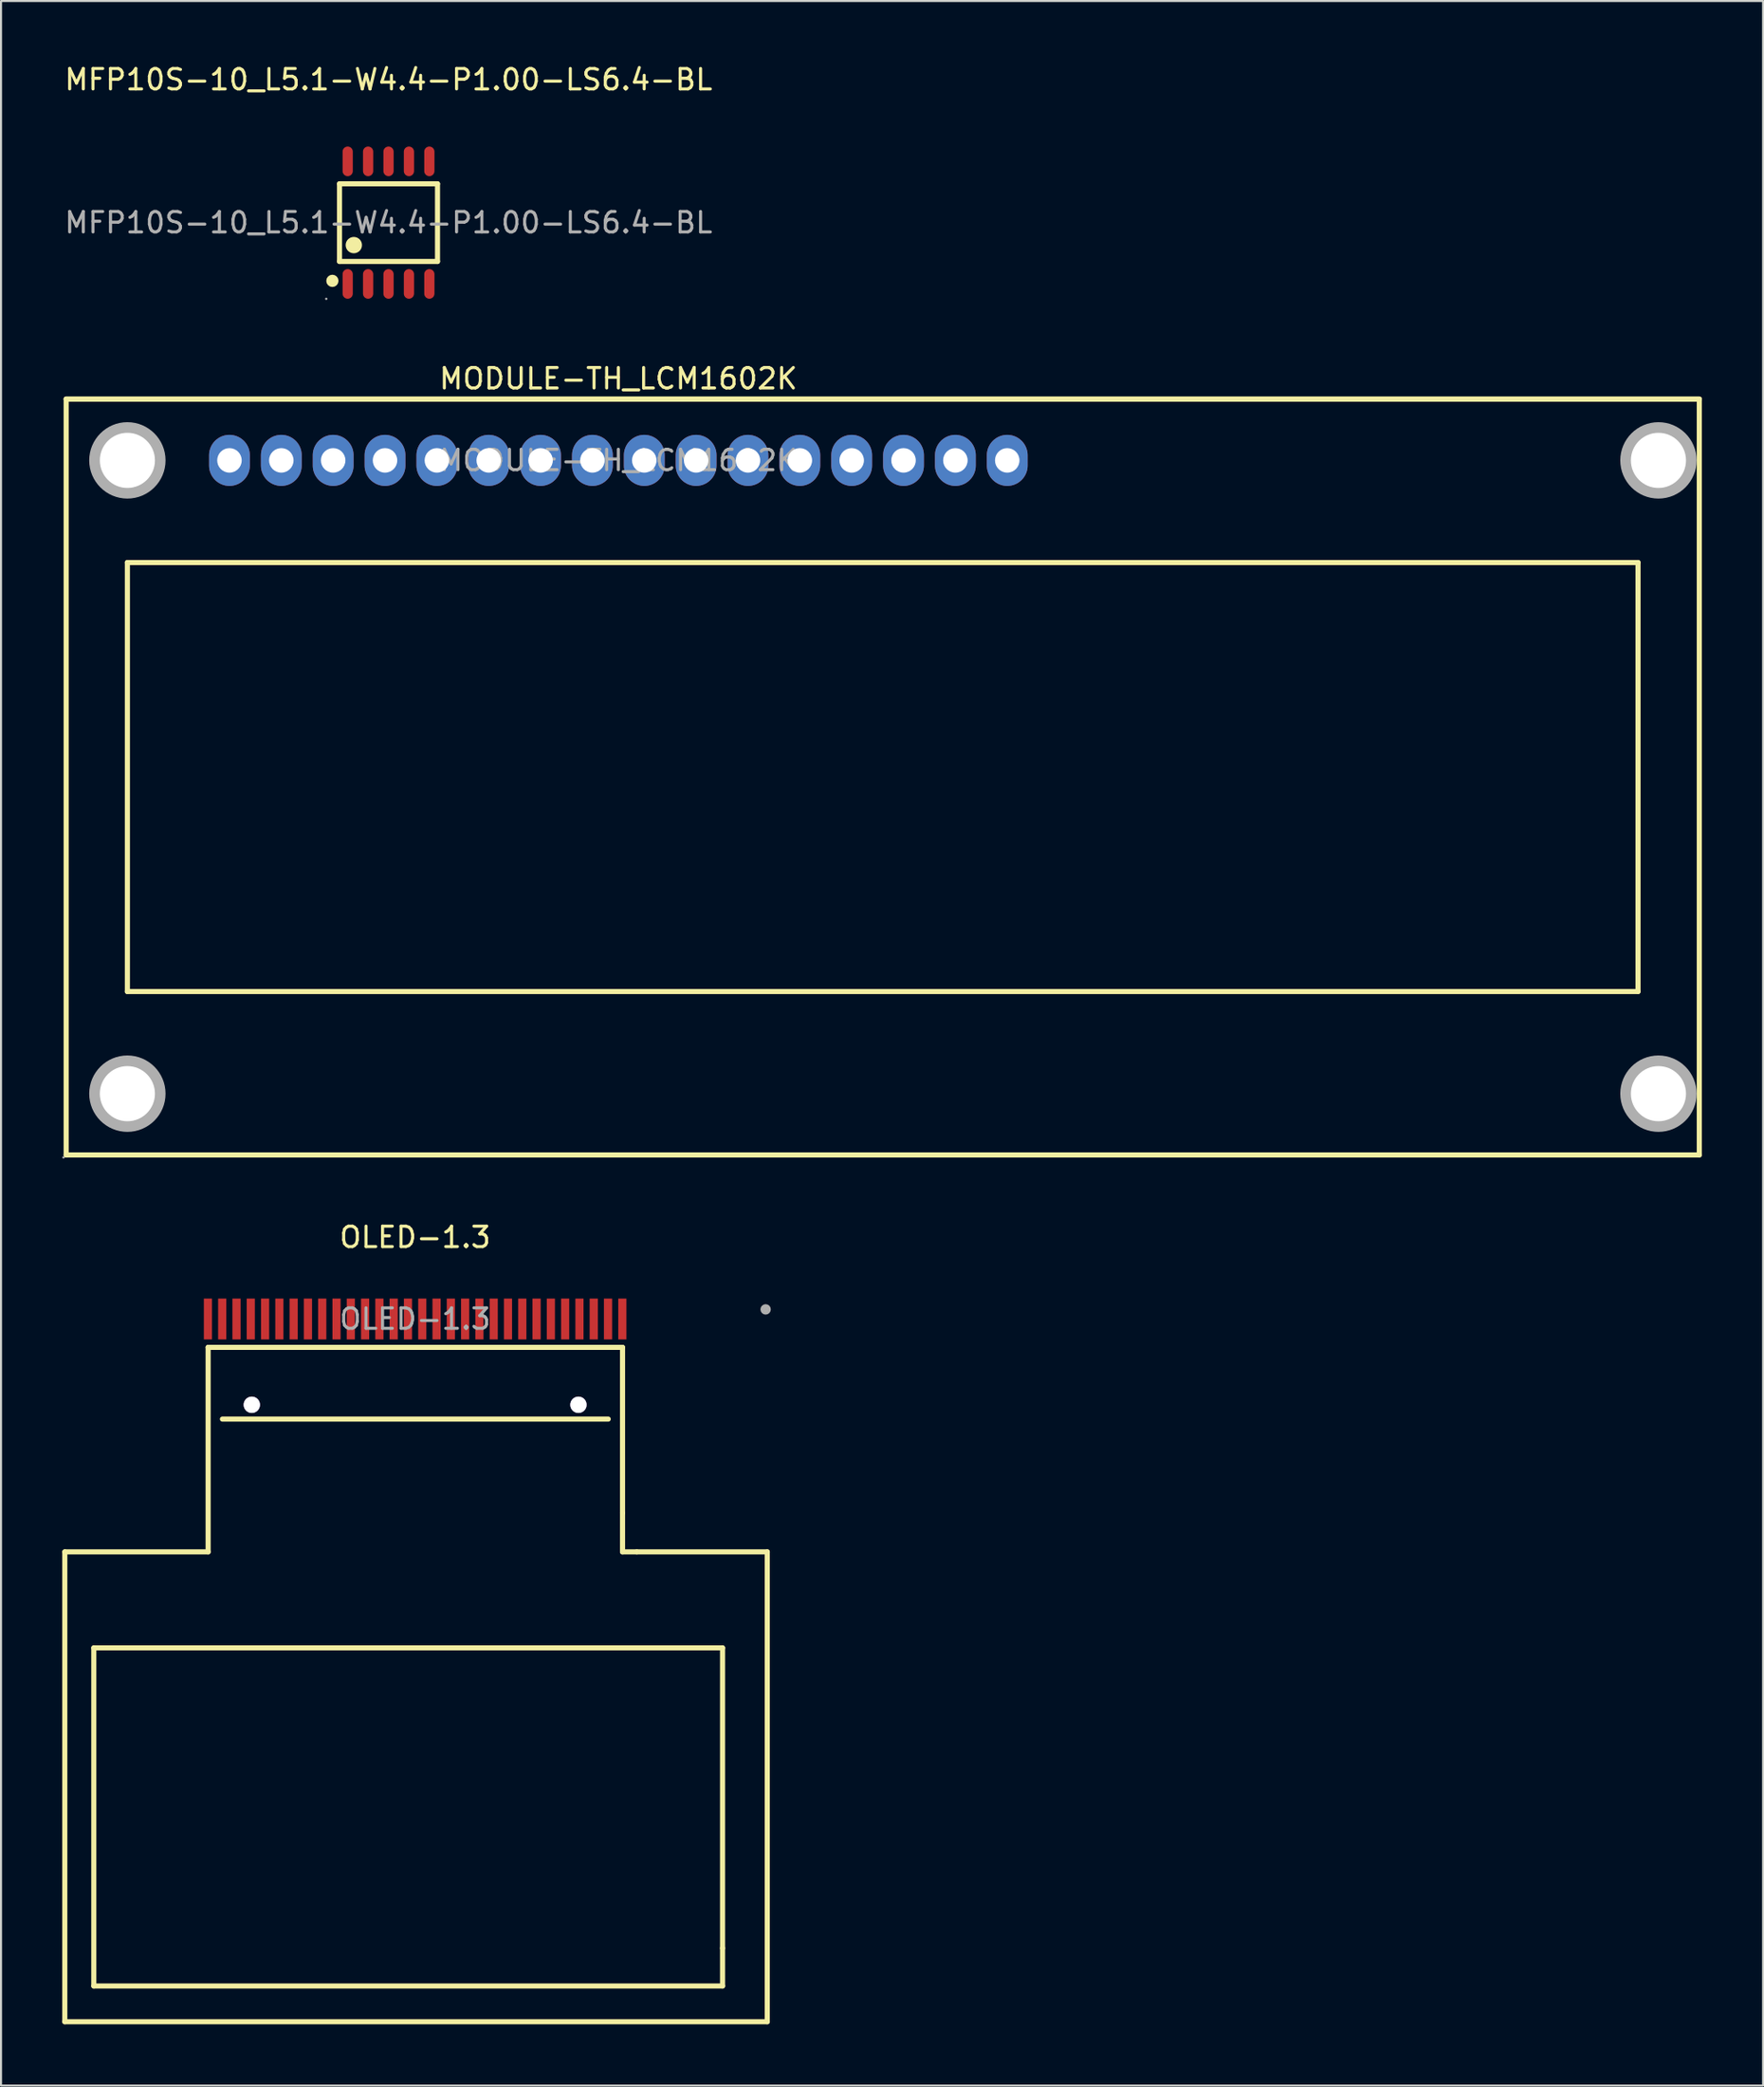
<source format=kicad_pcb>
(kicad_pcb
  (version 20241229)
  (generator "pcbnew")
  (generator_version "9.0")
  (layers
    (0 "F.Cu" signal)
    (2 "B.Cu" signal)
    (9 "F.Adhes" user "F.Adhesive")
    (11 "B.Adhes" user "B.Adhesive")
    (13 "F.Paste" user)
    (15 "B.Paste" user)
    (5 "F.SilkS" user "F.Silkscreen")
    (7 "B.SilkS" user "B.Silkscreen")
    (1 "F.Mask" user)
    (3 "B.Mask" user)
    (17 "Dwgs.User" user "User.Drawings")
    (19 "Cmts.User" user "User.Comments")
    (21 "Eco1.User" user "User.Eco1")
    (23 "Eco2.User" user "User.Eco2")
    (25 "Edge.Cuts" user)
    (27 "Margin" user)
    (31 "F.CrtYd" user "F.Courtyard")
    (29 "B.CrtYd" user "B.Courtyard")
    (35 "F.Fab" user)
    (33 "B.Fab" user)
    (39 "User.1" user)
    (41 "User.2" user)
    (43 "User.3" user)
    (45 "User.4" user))
  (footprint "OLED-1.3"
    (layer "F.Cu")
    (at 17.285 61.515)
    (property "Reference" "OLED-1.3" (at 0 -4 0) (layer "F.SilkS") (effects (font (size 1 1) (thickness 0.15))))
    (attr through_hole)
    (fp_line (start -17.16 11.4) (end -10.14 11.4) (stroke (width 0.25) (type solid)) (layer "F.SilkS"))
    (fp_line (start -17.16 34.4) (end -17.16 11.4) (stroke (width 0.25) (type solid)) (layer "F.SilkS"))
    (fp_line (start -15.74 16.1) (end 15.06 16.1) (stroke (width 0.25) (type solid)) (layer "F.SilkS"))
    (fp_line (start -15.74 32.65) (end -15.74 16.1) (stroke (width 0.25) (type solid)) (layer "F.SilkS"))
    (fp_line (start -10.14 1.39) (end 10.16 1.39) (stroke (width 0.25) (type solid)) (layer "F.SilkS"))
    (fp_line (start -10.14 11.4) (end -10.14 1.39) (stroke (width 0.25) (type solid)) (layer "F.SilkS"))
    (fp_line (start 9.46 4.9) (end -9.44 4.9) (stroke (width 0.25) (type solid)) (layer "F.SilkS"))
    (fp_line (start 10.16 1.39) (end 10.16 9.5) (stroke (width 0.25) (type solid)) (layer "F.SilkS"))
    (fp_line (start 10.16 11.4) (end 10.16 9.5) (stroke (width 0.25) (type solid)) (layer "F.SilkS"))
    (fp_line (start 10.16 11.4) (end 10.86 11.4) (stroke (width 0.25) (type solid)) (layer "F.SilkS"))
    (fp_line (start 10.86 11.4) (end 17.25 11.4) (stroke (width 0.25) (type solid)) (layer "F.SilkS"))
    (fp_line (start 15.06 16.1) (end 15.06 30.8) (stroke (width 0.25) (type solid)) (layer "F.SilkS"))
    (fp_line (start 15.06 30.8) (end 15.06 32.65) (stroke (width 0.25) (type solid)) (layer "F.SilkS"))
    (fp_line (start 15.06 32.65) (end -15.74 32.65) (stroke (width 0.25) (type solid)) (layer "F.SilkS"))
    (fp_line (start 17.25 11.4) (end 17.25 34.4) (stroke (width 0.25) (type solid)) (layer "F.SilkS"))
    (fp_line (start 17.25 34.4) (end -17.16 34.4) (stroke (width 0.25) (type solid)) (layer "F.SilkS"))
    (fp_circle (center 17.17 -0.47) (end 17.3 -0.47) (stroke (width 0.25) (type solid)) (fill no) (layer "F.Fab"))
    (fp_text user "${REFERENCE}" (at 0 0 0) (layer "F.Fab") (effects (font (size 1 1) (thickness 0.15))))
    (pad "" thru_hole circle (at -8 4.2) (size 0.8 0.8) (drill 0.8) (layers "*.Cu" "*.Mask"))
    (pad "" thru_hole circle (at 8 4.2) (size 0.8 0.8) (drill 0.8) (layers "*.Cu" "*.Mask"))
    (pad "1" smd rect (at 10.15 0 180) (size 0.4 2) (layers "F.Cu" "F.Mask" "F.Paste"))
    (pad "2" smd rect (at 9.45 0 180) (size 0.4 2) (layers "F.Cu" "F.Mask" "F.Paste"))
    (pad "3" smd rect (at 8.75 0 180) (size 0.4 2) (layers "F.Cu" "F.Mask" "F.Paste"))
    (pad "4" smd rect (at 8.05 0 180) (size 0.4 2) (layers "F.Cu" "F.Mask" "F.Paste"))
    (pad "5" smd rect (at 7.35 0 180) (size 0.4 2) (layers "F.Cu" "F.Mask" "F.Paste"))
    (pad "6" smd rect (at 6.65 0 180) (size 0.4 2) (layers "F.Cu" "F.Mask" "F.Paste"))
    (pad "7" smd rect (at 5.95 0 180) (size 0.4 2) (layers "F.Cu" "F.Mask" "F.Paste"))
    (pad "8" smd rect (at 5.25 0 180) (size 0.4 2) (layers "F.Cu" "F.Mask" "F.Paste"))
    (pad "9" smd rect (at 4.55 0 180) (size 0.4 2) (layers "F.Cu" "F.Mask" "F.Paste"))
    (pad "10" smd rect (at 3.85 0 180) (size 0.4 2) (layers "F.Cu" "F.Mask" "F.Paste"))
    (pad "11" smd rect (at 3.15 0 180) (size 0.4 2) (layers "F.Cu" "F.Mask" "F.Paste"))
    (pad "12" smd rect (at 2.45 0 180) (size 0.4 2) (layers "F.Cu" "F.Mask" "F.Paste"))
    (pad "13" smd rect (at 1.75 0 180) (size 0.4 2) (layers "F.Cu" "F.Mask" "F.Paste"))
    (pad "14" smd rect (at 1.05 0 180) (size 0.4 2) (layers "F.Cu" "F.Mask" "F.Paste"))
    (pad "15" smd rect (at 0.35 0 180) (size 0.4 2) (layers "F.Cu" "F.Mask" "F.Paste"))
    (pad "16" smd rect (at -0.35 0 180) (size 0.4 2) (layers "F.Cu" "F.Mask" "F.Paste"))
    (pad "17" smd rect (at -1.05 0 180) (size 0.4 2) (layers "F.Cu" "F.Mask" "F.Paste"))
    (pad "18" smd rect (at -1.75 0 180) (size 0.4 2) (layers "F.Cu" "F.Mask" "F.Paste"))
    (pad "19" smd rect (at -2.45 0 180) (size 0.4 2) (layers "F.Cu" "F.Mask" "F.Paste"))
    (pad "20" smd rect (at -3.15 0 180) (size 0.4 2) (layers "F.Cu" "F.Mask" "F.Paste"))
    (pad "21" smd rect (at -3.85 0 180) (size 0.4 2) (layers "F.Cu" "F.Mask" "F.Paste"))
    (pad "22" smd rect (at -4.55 0 180) (size 0.4 2) (layers "F.Cu" "F.Mask" "F.Paste"))
    (pad "23" smd rect (at -5.25 0 180) (size 0.4 2) (layers "F.Cu" "F.Mask" "F.Paste"))
    (pad "24" smd rect (at -5.95 0 180) (size 0.4 2) (layers "F.Cu" "F.Mask" "F.Paste"))
    (pad "25" smd rect (at -6.65 0 180) (size 0.4 2) (layers "F.Cu" "F.Mask" "F.Paste"))
    (pad "26" smd rect (at -7.35 0 180) (size 0.4 2) (layers "F.Cu" "F.Mask" "F.Paste"))
    (pad "27" smd rect (at -8.05 0 180) (size 0.4 2) (layers "F.Cu" "F.Mask" "F.Paste"))
    (pad "28" smd rect (at -8.75 0 180) (size 0.4 2) (layers "F.Cu" "F.Mask" "F.Paste"))
    (pad "29" smd rect (at -9.45 0 180) (size 0.4 2) (layers "F.Cu" "F.Mask" "F.Paste"))
    (pad "30" smd rect (at -10.15 0 180) (size 0.4 2) (layers "F.Cu" "F.Mask" "F.Paste")))
  (footprint "MODULE-TH_LCM1602K"
    (layer "F.Cu")
    (at 27.24 19.486)
    (property "Reference" "MODULE-TH_LCM1602K" (at 0 -4 0) (layer "F.SilkS") (effects (font (size 1 1) (thickness 0.15))))
    (attr through_hole)
    (fp_line (start -27.05 -3) (end -27.05 34) (stroke (width 0.25) (type solid)) (layer "F.SilkS"))
    (fp_line (start -27.05 -3) (end 52.95 -3) (stroke (width 0.25) (type solid)) (layer "F.SilkS"))
    (fp_line (start -27.05 34) (end 52.95 34) (stroke (width 0.25) (type solid)) (layer "F.SilkS"))
    (fp_line (start -24.05 5) (end 49.95 5) (stroke (width 0.25) (type solid)) (layer "F.SilkS"))
    (fp_line (start -24.05 26) (end -24.05 5) (stroke (width 0.25) (type solid)) (layer "F.SilkS"))
    (fp_line (start 49.95 5) (end 49.95 26) (stroke (width 0.25) (type solid)) (layer "F.SilkS"))
    (fp_line (start 49.95 26) (end -24.05 26) (stroke (width 0.25) (type solid)) (layer "F.SilkS"))
    (fp_line (start 52.95 -3) (end -27.05 -3) (stroke (width 0.25) (type solid)) (layer "F.SilkS"))
    (fp_line (start 52.95 34) (end 52.95 -3) (stroke (width 0.25) (type solid)) (layer "F.SilkS"))
    (fp_circle (center -27.18 34.12) (end -27.15 34.12) (stroke (width 0.06) (type solid)) (fill no) (layer "F.Fab"))
    (fp_circle (center -24.05 0) (end -23.43 0) (stroke (width 1.25) (type solid)) (fill no) (layer "F.Fab"))
    (fp_circle (center -24.05 31) (end -23.43 31) (stroke (width 1.25) (type solid)) (fill no) (layer "F.Fab"))
    (fp_circle (center -19.05 0) (end -18.8 0) (stroke (width 0.5) (type solid)) (fill no) (layer "F.Fab"))
    (fp_circle (center -16.51 0) (end -16.26 0) (stroke (width 0.5) (type solid)) (fill no) (layer "F.Fab"))
    (fp_circle (center -13.97 0) (end -13.72 0) (stroke (width 0.5) (type solid)) (fill no) (layer "F.Fab"))
    (fp_circle (center -11.43 0) (end -11.18 0) (stroke (width 0.5) (type solid)) (fill no) (layer "F.Fab"))
    (fp_circle (center -8.89 0) (end -8.64 0) (stroke (width 0.5) (type solid)) (fill no) (layer "F.Fab"))
    (fp_circle (center -6.35 0) (end -6.1 0) (stroke (width 0.5) (type solid)) (fill no) (layer "F.Fab"))
    (fp_circle (center -3.81 0) (end -3.56 0) (stroke (width 0.5) (type solid)) (fill no) (layer "F.Fab"))
    (fp_circle (center -1.27 0) (end -1.02 0) (stroke (width 0.5) (type solid)) (fill no) (layer "F.Fab"))
    (fp_circle (center 1.27 0) (end 1.52 0) (stroke (width 0.5) (type solid)) (fill no) (layer "F.Fab"))
    (fp_circle (center 3.81 0) (end 4.06 0) (stroke (width 0.5) (type solid)) (fill no) (layer "F.Fab"))
    (fp_circle (center 6.35 0) (end 6.6 0) (stroke (width 0.5) (type solid)) (fill no) (layer "F.Fab"))
    (fp_circle (center 8.89 0) (end 9.14 0) (stroke (width 0.5) (type solid)) (fill no) (layer "F.Fab"))
    (fp_circle (center 11.43 0) (end 11.68 0) (stroke (width 0.5) (type solid)) (fill no) (layer "F.Fab"))
    (fp_circle (center 13.97 0) (end 14.22 0) (stroke (width 0.5) (type solid)) (fill no) (layer "F.Fab"))
    (fp_circle (center 16.51 0) (end 16.76 0) (stroke (width 0.5) (type solid)) (fill no) (layer "F.Fab"))
    (fp_circle (center 19.05 0) (end 19.3 0) (stroke (width 0.5) (type solid)) (fill no) (layer "F.Fab"))
    (fp_circle (center 50.95 0) (end 51.57 0) (stroke (width 1.25) (type solid)) (fill no) (layer "F.Fab"))
    (fp_circle (center 50.95 31) (end 51.57 31) (stroke (width 1.25) (type solid)) (fill no) (layer "F.Fab"))
    (fp_text user "${REFERENCE}" (at 0 0 0) (layer "F.Fab") (effects (font (size 1 1) (thickness 0.15))))
    (pad "" thru_hole circle (at -24.05 0) (size 2.7 2.7) (drill 2.7) (layers "*.Cu" "*.Mask"))
    (pad "" thru_hole circle (at -24.05 31) (size 2.7 2.7) (drill 2.7) (layers "*.Cu" "*.Mask"))
    (pad "" thru_hole circle (at 50.95 0) (size 2.7 2.7) (drill 2.7) (layers "*.Cu" "*.Mask"))
    (pad "" thru_hole circle (at 50.95 31) (size 2.7 2.7) (drill 2.7) (layers "*.Cu" "*.Mask"))
    (pad "1" thru_hole oval (at -19.05 0 90) (size 2.5 2) (drill 1.2) (layers "*.Cu" "*.Paste" "*.Mask"))
    (pad "2" thru_hole oval (at -16.51 0 90) (size 2.5 2) (drill 1.2) (layers "*.Cu" "*.Paste" "*.Mask"))
    (pad "3" thru_hole oval (at -13.97 0 90) (size 2.5 2) (drill 1.2) (layers "*.Cu" "*.Paste" "*.Mask"))
    (pad "4" thru_hole oval (at -11.43 0 90) (size 2.5 2) (drill 1.2) (layers "*.Cu" "*.Paste" "*.Mask"))
    (pad "5" thru_hole oval (at -8.89 0 90) (size 2.5 2) (drill 1.2) (layers "*.Cu" "*.Paste" "*.Mask"))
    (pad "6" thru_hole oval (at -6.35 0 90) (size 2.5 2) (drill 1.2) (layers "*.Cu" "*.Paste" "*.Mask"))
    (pad "7" thru_hole oval (at -3.81 0 90) (size 2.5 2) (drill 1.2) (layers "*.Cu" "*.Paste" "*.Mask"))
    (pad "8" thru_hole oval (at -1.27 0 90) (size 2.5 2) (drill 1.2) (layers "*.Cu" "*.Paste" "*.Mask"))
    (pad "9" thru_hole oval (at 1.27 0 90) (size 2.5 2) (drill 1.2) (layers "*.Cu" "*.Paste" "*.Mask"))
    (pad "10" thru_hole oval (at 3.81 0 90) (size 2.5 2) (drill 1.2) (layers "*.Cu" "*.Paste" "*.Mask"))
    (pad "11" thru_hole oval (at 6.35 0 90) (size 2.5 2) (drill 1.2) (layers "*.Cu" "*.Paste" "*.Mask"))
    (pad "12" thru_hole oval (at 8.89 0 90) (size 2.5 2) (drill 1.2) (layers "*.Cu" "*.Paste" "*.Mask"))
    (pad "13" thru_hole oval (at 11.43 0 90) (size 2.5 2) (drill 1.2) (layers "*.Cu" "*.Paste" "*.Mask"))
    (pad "14" thru_hole oval (at 13.97 0 90) (size 2.5 2) (drill 1.2) (layers "*.Cu" "*.Paste" "*.Mask"))
    (pad "15" thru_hole oval (at 16.51 0 90) (size 2.5 2) (drill 1.2) (layers "*.Cu" "*.Paste" "*.Mask"))
    (pad "16" thru_hole oval (at 19.05 0 90) (size 2.5 2) (drill 1.2) (layers "*.Cu" "*.Paste" "*.Mask")))
  (footprint "MFP10S-10_L5.1-W4.4-P1.00-LS6.4-BL"
    (layer "F.Cu")
    (at 15.982 7.848)
    (property "Reference" "MFP10S-10_L5.1-W4.4-P1.00-LS6.4-BL" (at 0 -7 0) (layer "F.SilkS") (effects (font (size 1 1) (thickness 0.15))))
    (attr through_hole)
    (fp_line (start -2.4 -1.9) (end 2.4 -1.9) (stroke (width 0.25) (type solid)) (layer "F.SilkS"))
    (fp_line (start -2.4 1.9) (end -2.4 -1.9) (stroke (width 0.25) (type solid)) (layer "F.SilkS"))
    (fp_line (start 2.4 -1.9) (end 2.4 1.9) (stroke (width 0.25) (type solid)) (layer "F.SilkS"))
    (fp_line (start 2.4 1.9) (end -2.4 1.9) (stroke (width 0.25) (type solid)) (layer "F.SilkS"))
    (fp_arc (start -2.75 2.85) (mid -2.75 2.85) (end -2.75 2.85) (stroke (width 0.3) (type solid)) (layer "F.SilkS"))
    (fp_arc (start -1.7 1.1) (mid -1.7 1.1) (end -1.7 1.1) (stroke (width 0.4) (type solid)) (layer "F.SilkS"))
    (fp_circle (center -3.05 3.73) (end -3.02 3.73) (stroke (width 0.06) (type solid)) (fill no) (layer "F.Fab"))
    (fp_text user "${REFERENCE}" (at 0 0 0) (layer "F.Fab") (effects (font (size 1 1) (thickness 0.15))))
    (pad "1" smd oval (at -2 3 90) (size 1.45 0.5) (layers "F.Cu" "F.Mask" "F.Paste"))
    (pad "2" smd oval (at -1 3 90) (size 1.45 0.5) (layers "F.Cu" "F.Mask" "F.Paste"))
    (pad "3" smd oval (at 0 3 90) (size 1.45 0.5) (layers "F.Cu" "F.Mask" "F.Paste"))
    (pad "4" smd oval (at 1 3 90) (size 1.45 0.5) (layers "F.Cu" "F.Mask" "F.Paste"))
    (pad "5" smd oval (at 2 3 90) (size 1.45 0.5) (layers "F.Cu" "F.Mask" "F.Paste"))
    (pad "6" smd oval (at 2 -3 90) (size 1.45 0.5) (layers "F.Cu" "F.Mask" "F.Paste"))
    (pad "7" smd oval (at 1 -3 90) (size 1.45 0.5) (layers "F.Cu" "F.Mask" "F.Paste"))
    (pad "8" smd oval (at 0 -3 90) (size 1.45 0.5) (layers "F.Cu" "F.Mask" "F.Paste"))
    (pad "9" smd oval (at -1 -3 90) (size 1.45 0.5) (layers "F.Cu" "F.Mask" "F.Paste"))
    (pad "10" smd oval (at -2 -3 90) (size 1.45 0.5) (layers "F.Cu" "F.Mask" "F.Paste")))
  (gr_rect
    (start -3 -3)
    (end 83.315 99.04)
    (stroke (width 0.1) (type default))
    (fill no)
    (layer "Edge.Cuts")))
</source>
